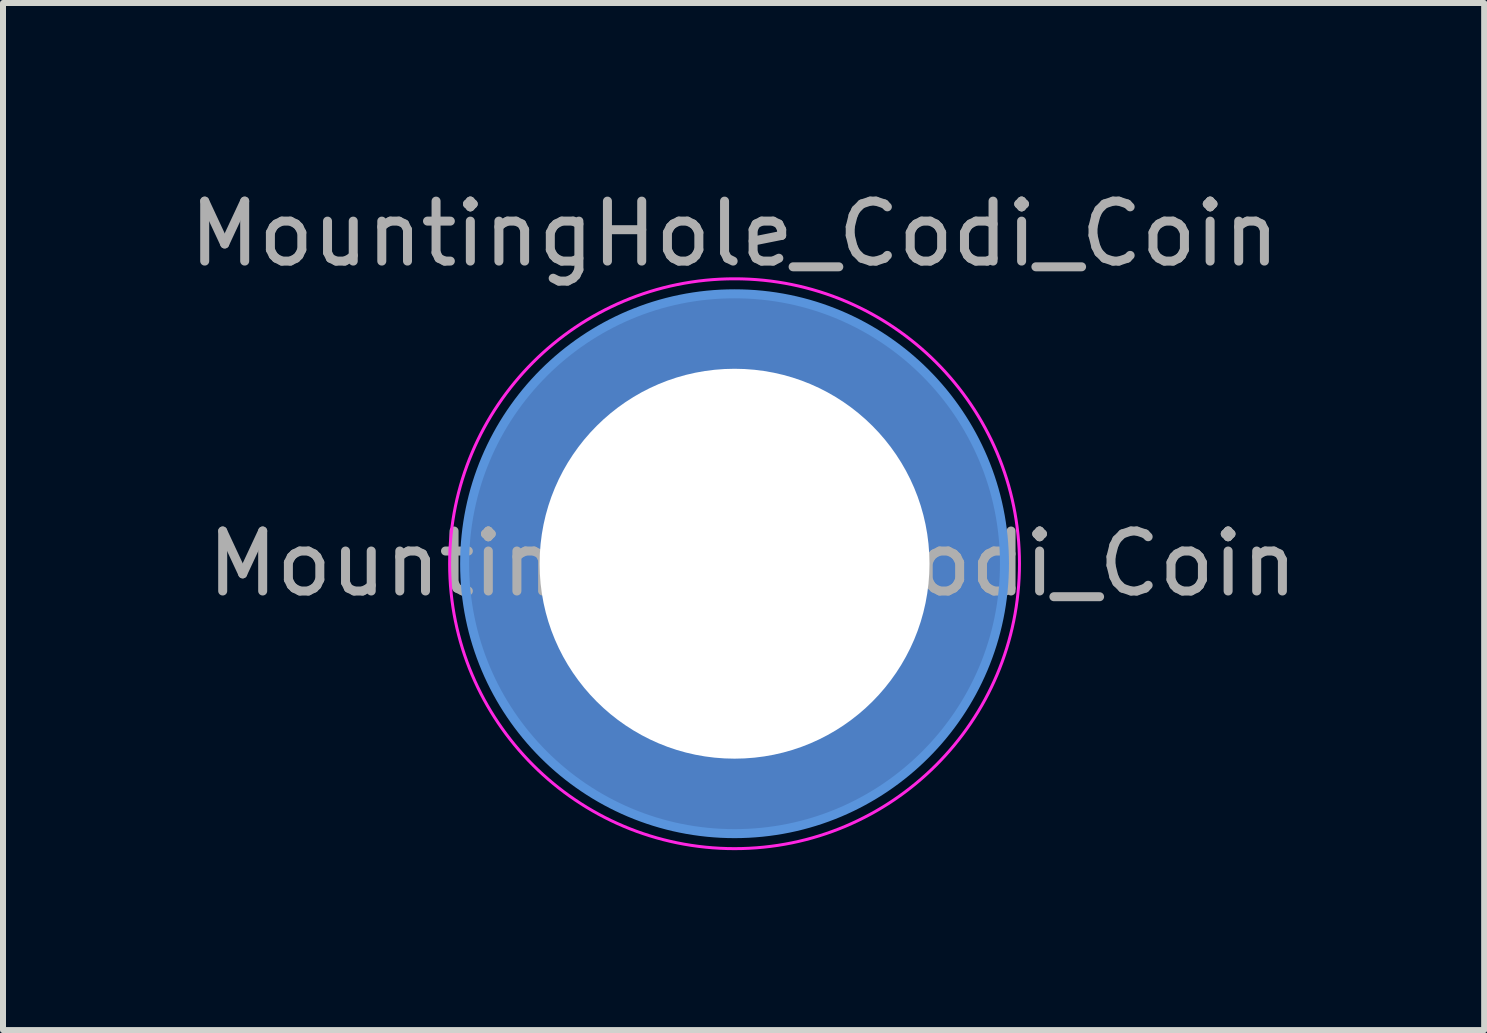
<source format=kicad_pcb>
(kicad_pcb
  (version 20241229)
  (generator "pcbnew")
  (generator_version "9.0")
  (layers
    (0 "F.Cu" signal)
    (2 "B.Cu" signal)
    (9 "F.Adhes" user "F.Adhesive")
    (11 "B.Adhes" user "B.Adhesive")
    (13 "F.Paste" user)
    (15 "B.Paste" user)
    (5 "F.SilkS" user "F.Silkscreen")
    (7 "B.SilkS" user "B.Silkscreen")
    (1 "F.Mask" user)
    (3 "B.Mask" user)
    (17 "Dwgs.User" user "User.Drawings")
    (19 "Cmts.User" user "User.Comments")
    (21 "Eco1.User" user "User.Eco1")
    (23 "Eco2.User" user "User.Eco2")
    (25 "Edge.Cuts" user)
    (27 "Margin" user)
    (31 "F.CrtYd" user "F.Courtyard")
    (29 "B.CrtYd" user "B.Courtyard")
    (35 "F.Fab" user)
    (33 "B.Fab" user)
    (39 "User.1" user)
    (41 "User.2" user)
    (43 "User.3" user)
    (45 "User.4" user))
  (footprint "MountingHole_Codi_Coin"
    (layer "F.Cu")
    (at 9.196 6.348)
    (property "Reference" "MountingHole_Codi_Coin" (at 0 -5.5 0) (layer "F.Fab") (effects (font (size 1 1) (thickness 0.15))))
    (attr exclude_from_pos_files exclude_from_bom)
    (fp_circle (center 0 0) (end 4.5 0) (stroke (width 0.15) (type solid)) (fill no) (layer "Cmts.User"))
    (fp_circle (center 0 0) (end 4.75 0) (stroke (width 0.05) (type solid)) (fill no) (layer "F.CrtYd"))
    (fp_text user "${REFERENCE}" (at 0.3 0 0) (layer "F.Fab") (effects (font (size 1 1) (thickness 0.15))))
    (pad "1" thru_hole circle (at 0 0) (size 9 9) (drill 6.5) (layers "*.Cu" "*.Mask")))
  (gr_rect
    (start -3 -3)
    (end 21.693 14.123)
    (stroke (width 0.1) (type default))
    (fill no)
    (layer "Edge.Cuts")))
</source>
